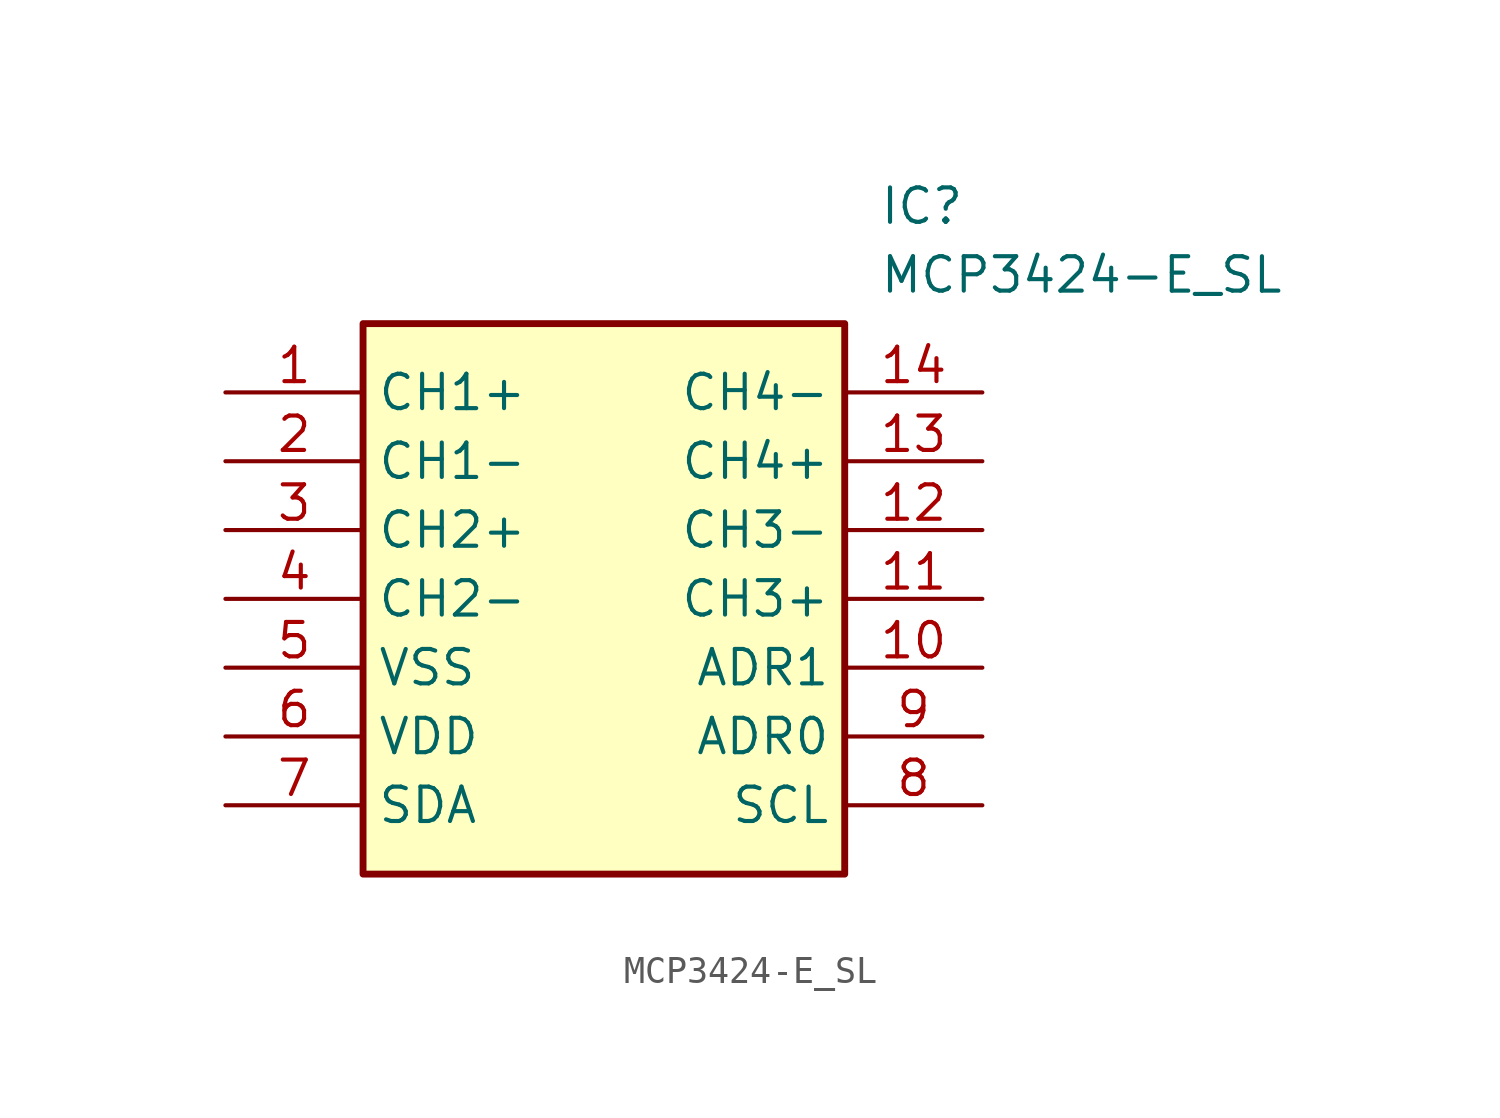
<source format=kicad_sym>
(kicad_symbol_lib
  (version 20211014)
  (generator SamacSys_ECAD_Model)
  (symbol "MCP3424-E_SL"
    (property "Reference" "IC"
      (at 24.13 7.62 0)
      (effects (font (size 1.27 1.27)) (justify left top)))
    (property "Value" "MCP3424-E_SL"
      (at 24.13 5.08 0)
      (effects (font (size 1.27 1.27)) (justify left top)))
    (rectangle
      (start 5.08 2.54)
      (end 22.86 -17.78)
      (stroke (width 0.254) (type default))
      (fill (type background)))
    (pin passive line
      (at 0 0 0)
      (length 5.08)
      (name "CH1+" (effects (font (size 1.27 1.27))))
      (number "1" (effects (font (size 1.27 1.27)))))
    (pin passive line
      (at 0 -2.54 0)
      (length 5.08)
      (name "CH1-" (effects (font (size 1.27 1.27))))
      (number "2" (effects (font (size 1.27 1.27)))))
    (pin passive line
      (at 0 -5.08 0)
      (length 5.08)
      (name "CH2+" (effects (font (size 1.27 1.27))))
      (number "3" (effects (font (size 1.27 1.27)))))
    (pin passive line
      (at 0 -7.62 0)
      (length 5.08)
      (name "CH2-" (effects (font (size 1.27 1.27))))
      (number "4" (effects (font (size 1.27 1.27)))))
    (pin passive line
      (at 0 -10.16 0)
      (length 5.08)
      (name "VSS" (effects (font (size 1.27 1.27))))
      (number "5" (effects (font (size 1.27 1.27)))))
    (pin passive line
      (at 0 -12.7 0)
      (length 5.08)
      (name "VDD" (effects (font (size 1.27 1.27))))
      (number "6" (effects (font (size 1.27 1.27)))))
    (pin passive line
      (at 0 -15.24 0)
      (length 5.08)
      (name "SDA" (effects (font (size 1.27 1.27))))
      (number "7" (effects (font (size 1.27 1.27)))))
    (pin passive line
      (at 27.94 0 180)
      (length 5.08)
      (name "CH4-" (effects (font (size 1.27 1.27))))
      (number "14" (effects (font (size 1.27 1.27)))))
    (pin passive line
      (at 27.94 -2.54 180)
      (length 5.08)
      (name "CH4+" (effects (font (size 1.27 1.27))))
      (number "13" (effects (font (size 1.27 1.27)))))
    (pin passive line
      (at 27.94 -5.08 180)
      (length 5.08)
      (name "CH3-" (effects (font (size 1.27 1.27))))
      (number "12" (effects (font (size 1.27 1.27)))))
    (pin passive line
      (at 27.94 -7.62 180)
      (length 5.08)
      (name "CH3+" (effects (font (size 1.27 1.27))))
      (number "11" (effects (font (size 1.27 1.27)))))
    (pin passive line
      (at 27.94 -10.16 180)
      (length 5.08)
      (name "ADR1" (effects (font (size 1.27 1.27))))
      (number "10" (effects (font (size 1.27 1.27)))))
    (pin passive line
      (at 27.94 -12.7 180)
      (length 5.08)
      (name "ADR0" (effects (font (size 1.27 1.27))))
      (number "9" (effects (font (size 1.27 1.27)))))
    (pin passive line
      (at 27.94 -15.24 180)
      (length 5.08)
      (name "SCL" (effects (font (size 1.27 1.27))))
      (number "8" (effects (font (size 1.27 1.27)))))))
</source>
